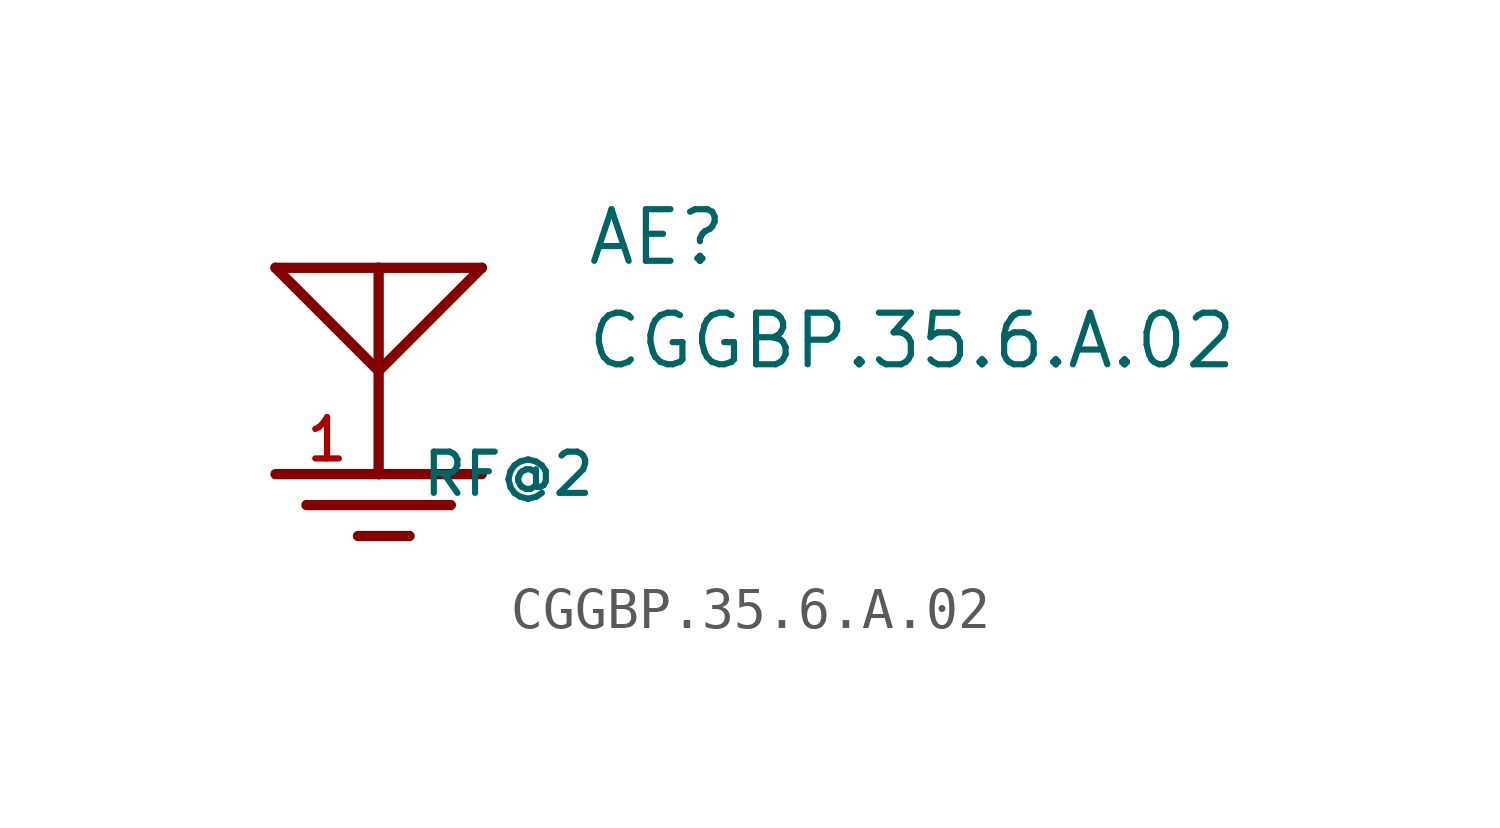
<source format=kicad_sym>
(kicad_symbol_lib
  (version 20220914)
  (generator kicad_symbol_editor)
  (symbol "CGGBP.35.6.A.02"
    (pin_names
      (offset 1.016))
    (property "Reference" "AE"
      (at 5.089 5.089 0)
      (effects (font (size 1.27 1.27)) (justify left bottom)))
    (property "Value" "CGGBP.35.6.A.02"
      (at 5.081 2.541 0)
      (effects (font (size 1.27 1.27)) (justify left bottom)))
    (symbol "CGGBP.35.6.A.02_0_0"
      (polyline (pts (xy -2.54 0) (xy 0 0)) (stroke (width 0.254) (type default)) (fill (type none)))
      (polyline (pts (xy -2.54 5.08) (xy 0 2.54)) (stroke (width 0.254) (type default)) (fill (type none)))
      (polyline (pts (xy -1.778 -0.762) (xy 1.778 -0.762)) (stroke (width 0.254) (type default)) (fill (type none)))
      (polyline (pts (xy -0.508 -1.524) (xy 0.762 -1.524)) (stroke (width 0.254) (type default)) (fill (type none)))
      (polyline (pts (xy 0 0) (xy 2.54 0)) (stroke (width 0.254) (type default)) (fill (type none)))
      (polyline (pts (xy 0 2.54) (xy 2.54 5.08)) (stroke (width 0.254) (type default)) (fill (type none)))
      (polyline (pts (xy 0 5.08) (xy -2.54 5.08)) (stroke (width 0.254) (type default)) (fill (type none)))
      (polyline (pts (xy 0 5.08) (xy 0 0)) (stroke (width 0.254) (type default)) (fill (type none)))
      (polyline (pts (xy 2.54 5.08) (xy 0 5.08)) (stroke (width 0.254) (type default)) (fill (type none))))
    (symbol "CGGBP.35.6.A.02_1_0"
      (pin passive line (at -2.54 0 0) (length 2.54) (name "RF@2" (effects (font (size 1.016 1.016)))) (number "1" (effects (font (size 1.016 1.016))))))))
</source>
